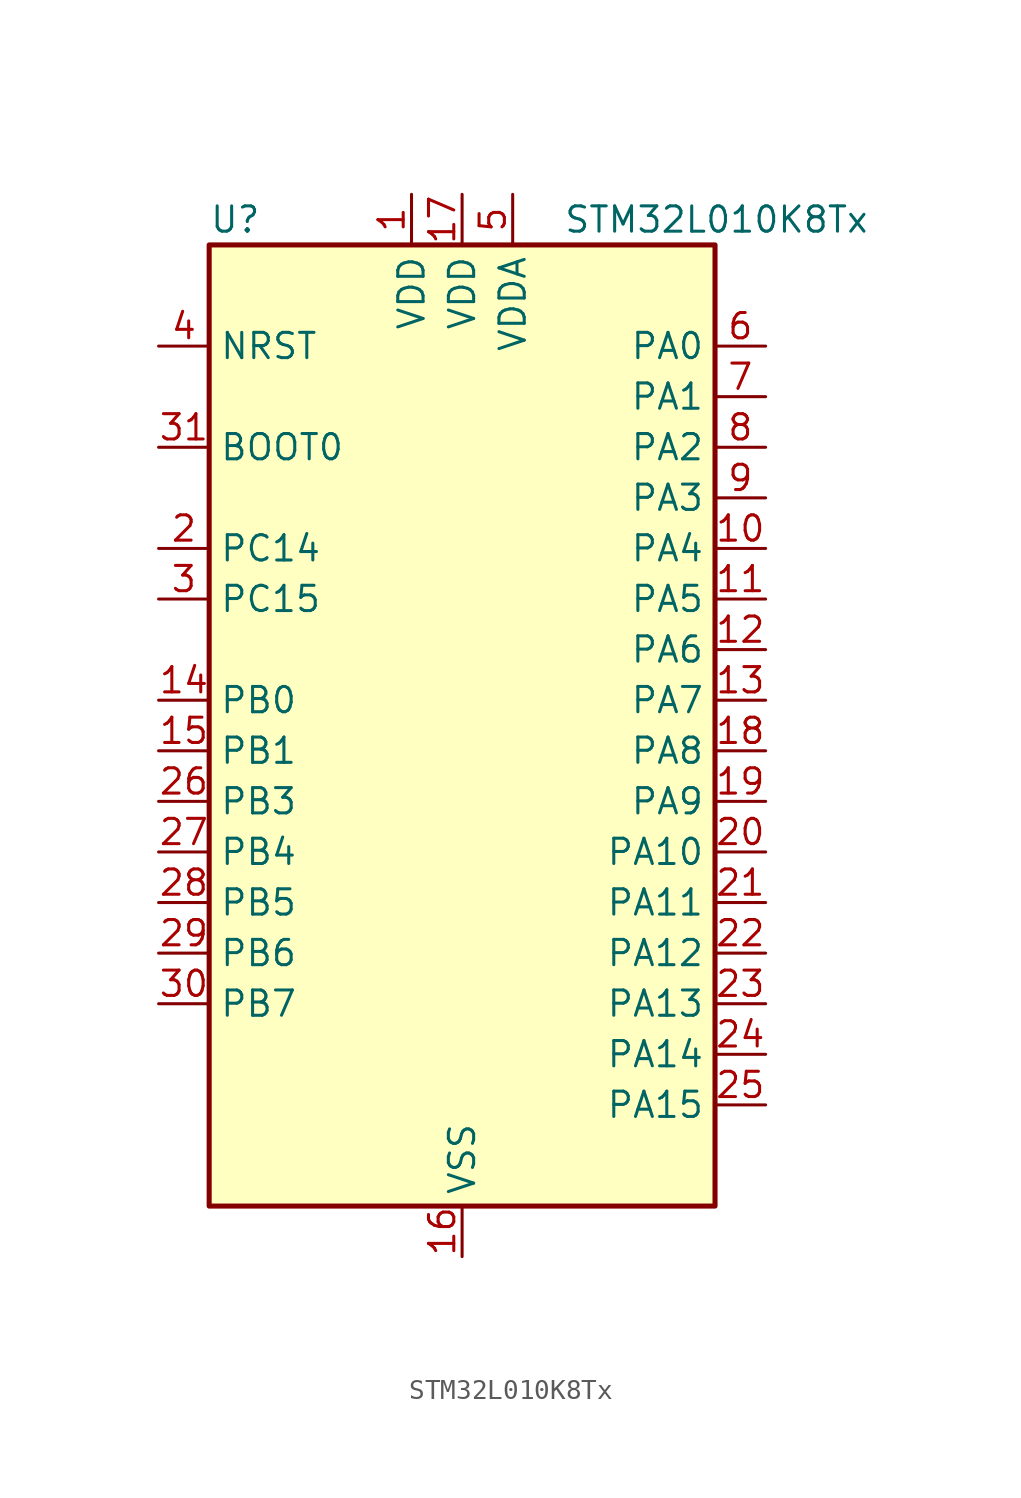
<source format=kicad_sym>
(kicad_symbol_lib
  (version 20241209)
  (generator "kicad_symbol_editor")
  (generator_version "9.0")
  (symbol "STM32L010K8Tx"
    (property "Reference" "U"
      (at -12.7 26.67 0)
      (effects (font (size 1.27 1.27)) (justify left)))
    (property "Value" "STM32L010K8Tx"
      (at 5.08 26.67 0)
      (effects (font (size 1.27 1.27)) (justify left)))
    (symbol "STM32L010K8Tx_0_1"
      (rectangle (start -12.7 -22.86) (end 12.7 25.4) (stroke (width 0.254) (type default)) (fill (type background))))
    (symbol "STM32L010K8Tx_1_1"
      (pin input line (at -15.24 20.32 0) (length 2.54) (name "NRST" (effects (font (size 1.27 1.27)))) (number "4" (effects (font (size 1.27 1.27)))))
      (pin input line (at -15.24 15.24 0) (length 2.54) (name "BOOT0" (effects (font (size 1.27 1.27)))) (number "31" (effects (font (size 1.27 1.27)))))
      (pin bidirectional line (at -15.24 10.16 0) (length 2.54) (name "PC14" (effects (font (size 1.27 1.27)))) (number "2" (effects (font (size 1.27 1.27)))) (alternate "RCC_OSC32_IN" bidirectional line))
      (pin bidirectional line (at -15.24 7.62 0) (length 2.54) (name "PC15" (effects (font (size 1.27 1.27)))) (number "3" (effects (font (size 1.27 1.27)))) (alternate "RCC_OSC32_OUT" bidirectional line))
      (pin bidirectional line (at -15.24 2.54 0) (length 2.54) (name "PB0" (effects (font (size 1.27 1.27)))) (number "14" (effects (font (size 1.27 1.27)))) (alternate "ADC_IN8" bidirectional line) (alternate "SYS_VREF_OUT_PB0" bidirectional line))
      (pin bidirectional line (at -15.24 0 0) (length 2.54) (name "PB1" (effects (font (size 1.27 1.27)))) (number "15" (effects (font (size 1.27 1.27)))) (alternate "ADC_IN9" bidirectional line) (alternate "SYS_VREF_OUT_PB1" bidirectional line))
      (pin bidirectional line (at -15.24 -2.54 0) (length 2.54) (name "PB3" (effects (font (size 1.27 1.27)))) (number "26" (effects (font (size 1.27 1.27)))) (alternate "SPI1_SCK" bidirectional line) (alternate "TIM2_CH2" bidirectional line))
      (pin bidirectional line (at -15.24 -5.08 0) (length 2.54) (name "PB4" (effects (font (size 1.27 1.27)))) (number "27" (effects (font (size 1.27 1.27)))) (alternate "SPI1_MISO" bidirectional line))
      (pin bidirectional line (at -15.24 -7.62 0) (length 2.54) (name "PB5" (effects (font (size 1.27 1.27)))) (number "28" (effects (font (size 1.27 1.27)))) (alternate "I2C1_SMBA" bidirectional line) (alternate "LPTIM1_IN1" bidirectional line) (alternate "SPI1_MOSI" bidirectional line))
      (pin bidirectional line (at -15.24 -10.16 0) (length 2.54) (name "PB6" (effects (font (size 1.27 1.27)))) (number "29" (effects (font (size 1.27 1.27)))) (alternate "I2C1_SCL" bidirectional line) (alternate "LPTIM1_ETR" bidirectional line))
      (pin bidirectional line (at -15.24 -12.7 0) (length 2.54) (name "PB7" (effects (font (size 1.27 1.27)))) (number "30" (effects (font (size 1.27 1.27)))) (alternate "I2C1_SDA" bidirectional line) (alternate "LPTIM1_IN2" bidirectional line) (alternate "SYS_PVD_IN" bidirectional line))
      (pin power_in line (at -2.54 27.94 270) (length 2.54) (name "VDD" (effects (font (size 1.27 1.27)))) (number "1" (effects (font (size 1.27 1.27)))))
      (pin power_in line (at 0 27.94 270) (length 2.54) (name "VDD" (effects (font (size 1.27 1.27)))) (number "17" (effects (font (size 1.27 1.27)))))
      (pin power_in line (at 0 -25.4 90) (length 2.54) (name "VSS" (effects (font (size 1.27 1.27)))) (number "16" (effects (font (size 1.27 1.27)))))
      (pin passive line (at 0 -25.4 90) (length 2.54) (hide yes) (name "VSS" (effects (font (size 1.27 1.27)))) (number "32" (effects (font (size 1.27 1.27)))))
      (pin power_in line (at 2.54 27.94 270) (length 2.54) (name "VDDA" (effects (font (size 1.27 1.27)))) (number "5" (effects (font (size 1.27 1.27)))))
      (pin bidirectional line (at 15.24 20.32 180) (length 2.54) (name "PA0" (effects (font (size 1.27 1.27)))) (number "6" (effects (font (size 1.27 1.27)))) (alternate "ADC_IN0" bidirectional line) (alternate "RTC_TAMP2" bidirectional line) (alternate "SYS_WKUP1" bidirectional line) (alternate "TIM2_CH1" bidirectional line) (alternate "TIM2_ETR" bidirectional line) (alternate "USART2_CTS" bidirectional line))
      (pin bidirectional line (at 15.24 17.78 180) (length 2.54) (name "PA1" (effects (font (size 1.27 1.27)))) (number "7" (effects (font (size 1.27 1.27)))) (alternate "ADC_IN1" bidirectional line) (alternate "TIM21_ETR" bidirectional line) (alternate "TIM2_CH2" bidirectional line) (alternate "USART2_DE" bidirectional line) (alternate "USART2_RTS" bidirectional line))
      (pin bidirectional line (at 15.24 15.24 180) (length 2.54) (name "PA2" (effects (font (size 1.27 1.27)))) (number "8" (effects (font (size 1.27 1.27)))) (alternate "ADC_IN2" bidirectional line) (alternate "TIM21_CH1" bidirectional line) (alternate "TIM2_CH3" bidirectional line) (alternate "USART2_TX" bidirectional line))
      (pin bidirectional line (at 15.24 12.7 180) (length 2.54) (name "PA3" (effects (font (size 1.27 1.27)))) (number "9" (effects (font (size 1.27 1.27)))) (alternate "ADC_IN3" bidirectional line) (alternate "TIM21_CH2" bidirectional line) (alternate "TIM2_CH4" bidirectional line) (alternate "USART2_RX" bidirectional line))
      (pin bidirectional line (at 15.24 10.16 180) (length 2.54) (name "PA4" (effects (font (size 1.27 1.27)))) (number "10" (effects (font (size 1.27 1.27)))) (alternate "ADC_IN4" bidirectional line) (alternate "SPI1_NSS" bidirectional line) (alternate "USART2_CK" bidirectional line))
      (pin bidirectional line (at 15.24 7.62 180) (length 2.54) (name "PA5" (effects (font (size 1.27 1.27)))) (number "11" (effects (font (size 1.27 1.27)))) (alternate "ADC_IN5" bidirectional line) (alternate "SPI1_SCK" bidirectional line) (alternate "TIM2_CH1" bidirectional line) (alternate "TIM2_ETR" bidirectional line))
      (pin bidirectional line (at 15.24 5.08 180) (length 2.54) (name "PA6" (effects (font (size 1.27 1.27)))) (number "12" (effects (font (size 1.27 1.27)))) (alternate "ADC_IN6" bidirectional line) (alternate "SPI1_MISO" bidirectional line))
      (pin bidirectional line (at 15.24 2.54 180) (length 2.54) (name "PA7" (effects (font (size 1.27 1.27)))) (number "13" (effects (font (size 1.27 1.27)))) (alternate "ADC_IN7" bidirectional line) (alternate "SPI1_MOSI" bidirectional line))
      (pin bidirectional line (at 15.24 0 180) (length 2.54) (name "PA8" (effects (font (size 1.27 1.27)))) (number "18" (effects (font (size 1.27 1.27)))) (alternate "RCC_MCO" bidirectional line))
      (pin bidirectional line (at 15.24 -2.54 180) (length 2.54) (name "PA9" (effects (font (size 1.27 1.27)))) (number "19" (effects (font (size 1.27 1.27)))) (alternate "RCC_MCO" bidirectional line))
      (pin bidirectional line (at 15.24 -5.08 180) (length 2.54) (name "PA10" (effects (font (size 1.27 1.27)))) (number "20" (effects (font (size 1.27 1.27)))))
      (pin bidirectional line (at 15.24 -7.62 180) (length 2.54) (name "PA11" (effects (font (size 1.27 1.27)))) (number "21" (effects (font (size 1.27 1.27)))) (alternate "ADC_EXTI11" bidirectional line) (alternate "SPI1_MISO" bidirectional line))
      (pin bidirectional line (at 15.24 -10.16 180) (length 2.54) (name "PA12" (effects (font (size 1.27 1.27)))) (number "22" (effects (font (size 1.27 1.27)))) (alternate "SPI1_MOSI" bidirectional line))
      (pin bidirectional line (at 15.24 -12.7 180) (length 2.54) (name "PA13" (effects (font (size 1.27 1.27)))) (number "23" (effects (font (size 1.27 1.27)))) (alternate "SYS_SWDIO" bidirectional line))
      (pin bidirectional line (at 15.24 -15.24 180) (length 2.54) (name "PA14" (effects (font (size 1.27 1.27)))) (number "24" (effects (font (size 1.27 1.27)))) (alternate "SYS_SWCLK" bidirectional line) (alternate "USART2_TX" bidirectional line))
      (pin bidirectional line (at 15.24 -17.78 180) (length 2.54) (name "PA15" (effects (font (size 1.27 1.27)))) (number "25" (effects (font (size 1.27 1.27)))) (alternate "SPI1_NSS" bidirectional line) (alternate "TIM2_CH1" bidirectional line) (alternate "TIM2_ETR" bidirectional line) (alternate "USART2_RX" bidirectional line)))))
</source>
